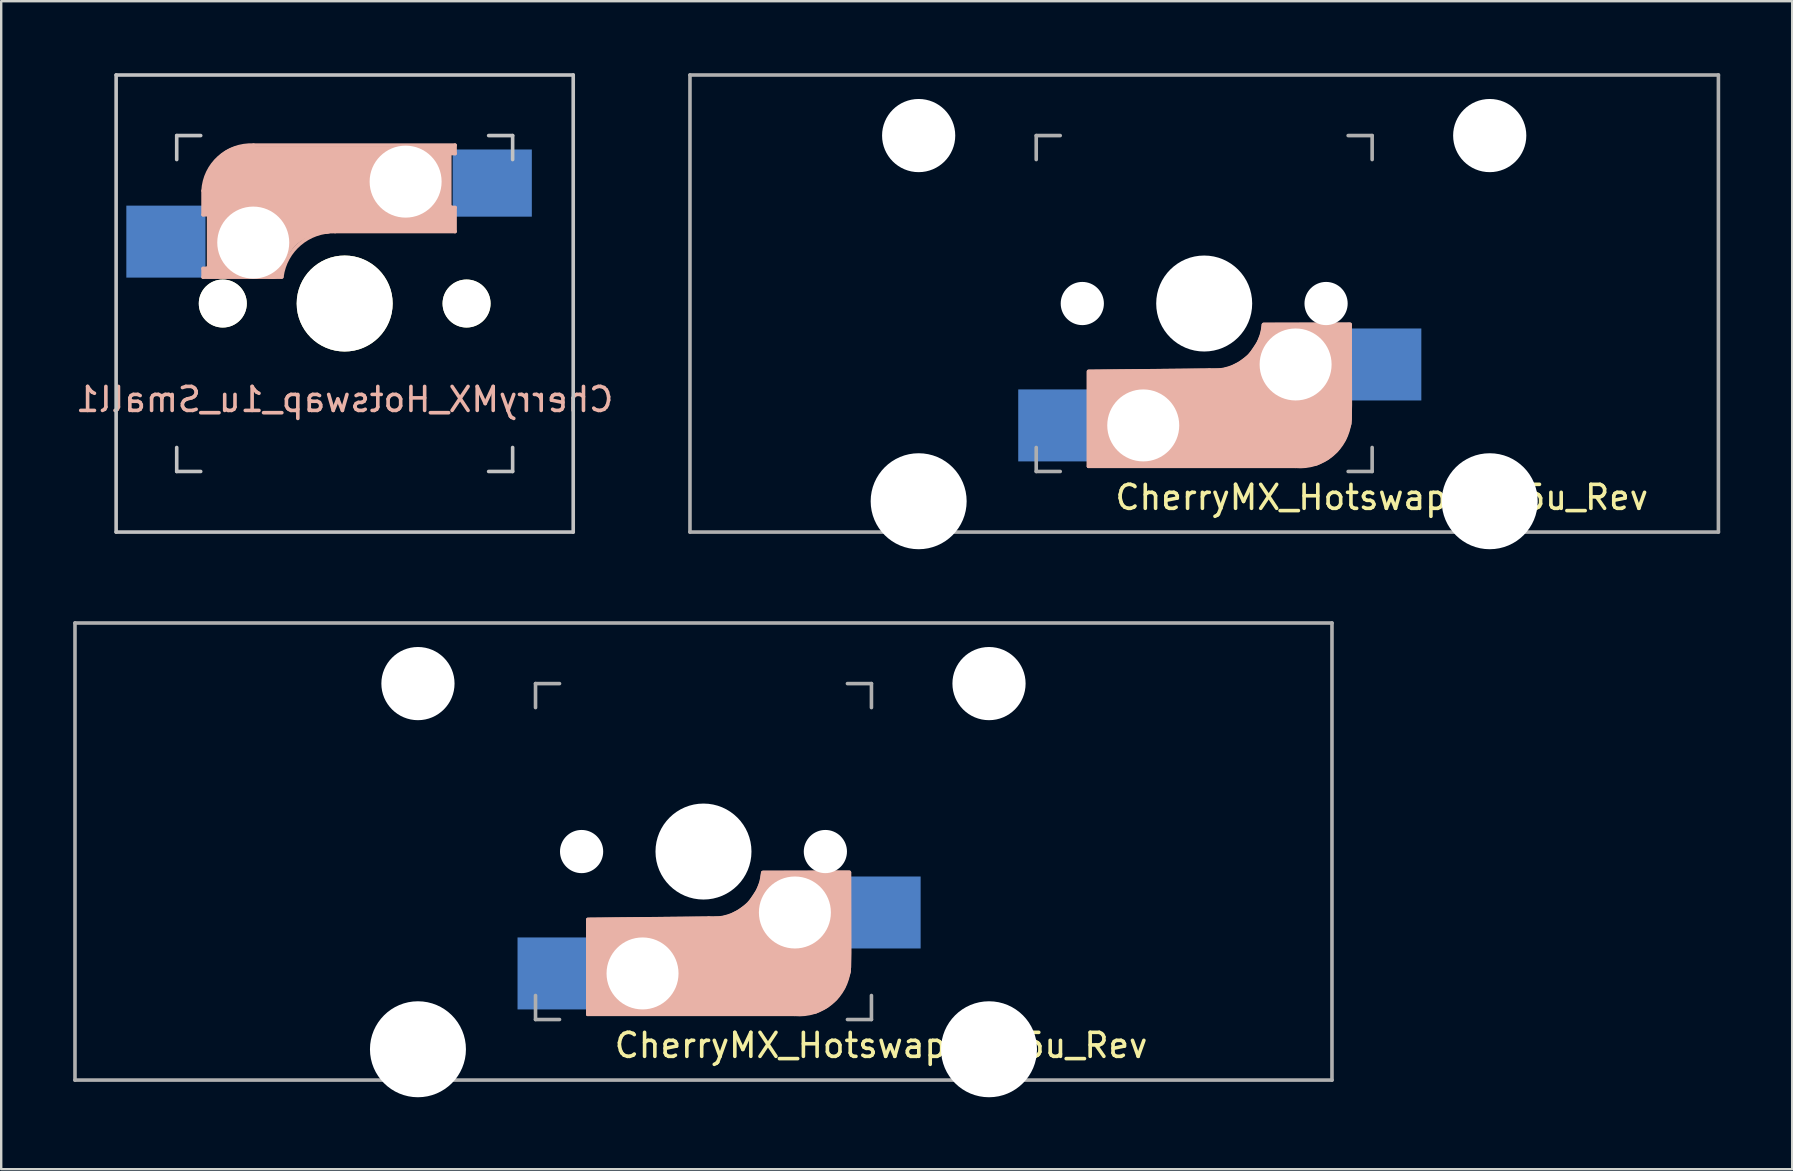
<source format=kicad_pcb>
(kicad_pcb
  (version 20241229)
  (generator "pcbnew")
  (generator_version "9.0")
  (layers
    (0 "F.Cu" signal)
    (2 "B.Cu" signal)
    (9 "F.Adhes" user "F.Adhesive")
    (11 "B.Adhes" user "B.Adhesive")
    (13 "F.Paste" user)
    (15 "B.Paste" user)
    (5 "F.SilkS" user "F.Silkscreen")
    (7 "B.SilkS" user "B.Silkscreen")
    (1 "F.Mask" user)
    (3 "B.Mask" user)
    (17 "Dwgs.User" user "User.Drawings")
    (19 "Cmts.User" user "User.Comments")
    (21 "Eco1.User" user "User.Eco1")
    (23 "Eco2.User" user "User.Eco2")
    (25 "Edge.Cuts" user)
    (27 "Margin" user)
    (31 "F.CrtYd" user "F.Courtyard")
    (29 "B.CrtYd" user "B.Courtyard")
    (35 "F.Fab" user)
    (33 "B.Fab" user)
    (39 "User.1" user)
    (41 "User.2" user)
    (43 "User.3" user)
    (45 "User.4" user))
  (footprint "CherryMX_Hotswap_1u_Small1"
    (layer "F.Cu")
    (at 11.315 9.6)
    (property "Reference" "CherryMX_Hotswap_1u_Small1" (at 0 4 0) (layer "B.SilkS") (effects (font (size 1 1) (thickness 0.15)) (justify mirror)))
    (attr smd)
    (fp_line (start -5.9 -4.7) (end -5.9 -3.7) (stroke (width 0.15) (type solid)) (layer "B.SilkS"))
    (fp_line (start -5.9 -3.7) (end -5.7 -3.7) (stroke (width 0.15) (type solid)) (layer "B.SilkS"))
    (fp_line (start -5.9 -1.1) (end -5.9 -1.46) (stroke (width 0.15) (type solid)) (layer "B.SilkS"))
    (fp_line (start -5.9 -1.1) (end -2.62 -1.1) (stroke (width 0.15) (type solid)) (layer "B.SilkS"))
    (fp_line (start -5.8 -3.8) (end -5.8 -4.7) (stroke (width 0.3) (type solid)) (layer "B.SilkS"))
    (fp_line (start -5.7 -1.46) (end -5.9 -1.46) (stroke (width 0.15) (type solid)) (layer "B.SilkS"))
    (fp_line (start -5.7 -1.3) (end -3 -1.3) (stroke (width 0.5) (type solid)) (layer "B.SilkS"))
    (fp_line (start -5.67 -3.7) (end -5.67 -1.46) (stroke (width 0.15) (type solid)) (layer "B.SilkS"))
    (fp_line (start -5.3 -1.6) (end -5.3 -3.4) (stroke (width 0.8) (type solid)) (layer "B.SilkS"))
    (fp_line (start -4.17 -5.1) (end -4.17 -2.86) (stroke (width 3) (type solid)) (layer "B.SilkS"))
    (fp_line (start -0.4 -3) (end 4.6 -3) (stroke (width 0.15) (type solid)) (layer "B.SilkS"))
    (fp_line (start 2.6 -4.8) (end -4.1 -4.8) (stroke (width 3.5) (type solid)) (layer "B.SilkS"))
    (fp_line (start 3.9 -6) (end 3.9 -3.5) (stroke (width 1) (type solid)) (layer "B.SilkS"))
    (fp_line (start 4.3 -3.3) (end 2.9 -3.3) (stroke (width 0.5) (type solid)) (layer "B.SilkS"))
    (fp_line (start 4.38 -4) (end 4.38 -6.25) (stroke (width 0.15) (type solid)) (layer "B.SilkS"))
    (fp_line (start 4.4 -6.4) (end 3 -6.4) (stroke (width 0.4) (type solid)) (layer "B.SilkS"))
    (fp_line (start 4.4 -6.25) (end 4.6 -6.25) (stroke (width 0.15) (type solid)) (layer "B.SilkS"))
    (fp_line (start 4.4 -3.9) (end 4.4 -3.2) (stroke (width 0.4) (type solid)) (layer "B.SilkS"))
    (fp_line (start 4.6 -6.6) (end -3.8 -6.6) (stroke (width 0.15) (type solid)) (layer "B.SilkS"))
    (fp_line (start 4.6 -6.25) (end 4.6 -6.6) (stroke (width 0.15) (type solid)) (layer "B.SilkS"))
    (fp_line (start 4.6 -4) (end 4.4 -4) (stroke (width 0.15) (type solid)) (layer "B.SilkS"))
    (fp_line (start 4.6 -3) (end 4.6 -4) (stroke (width 0.15) (type solid)) (layer "B.SilkS"))
    (fp_arc (start -5.9 -4.699999) (mid -5.243504 -6.084924) (end -3.800001 -6.6) (stroke (width 0.15) (type solid)) (layer "B.SilkS"))
    (fp_arc (start -3.016318 -1.521471) (mid -2.268709 -2.886118) (end -0.8 -3.4) (stroke (width 1) (type solid)) (layer "B.SilkS"))
    (fp_arc (start -2.616318 -1.121471) (mid -1.868709 -2.486118) (end -0.4 -3) (stroke (width 0.15) (type solid)) (layer "B.SilkS"))
    (fp_line (start -9.525 -9.525) (end 9.525 -9.525) (stroke (width 0.15) (type solid)) (layer "Dwgs.User"))
    (fp_line (start -9.525 9.525) (end -9.525 -9.525) (stroke (width 0.15) (type solid)) (layer "Dwgs.User"))
    (fp_line (start -7 -7) (end -6 -7) (stroke (width 0.15) (type solid)) (layer "Dwgs.User"))
    (fp_line (start -7 -6) (end -7 -7) (stroke (width 0.15) (type solid)) (layer "Dwgs.User"))
    (fp_line (start -7 6) (end -7 7) (stroke (width 0.15) (type solid)) (layer "Dwgs.User"))
    (fp_line (start -7 7) (end -6 7) (stroke (width 0.15) (type solid)) (layer "Dwgs.User"))
    (fp_line (start 6 7) (end 7 7) (stroke (width 0.15) (type solid)) (layer "Dwgs.User"))
    (fp_line (start 7 -7) (end 6 -7) (stroke (width 0.15) (type solid)) (layer "Dwgs.User"))
    (fp_line (start 7 -7) (end 7 -6) (stroke (width 0.15) (type solid)) (layer "Dwgs.User"))
    (fp_line (start 7 7) (end 7 6) (stroke (width 0.15) (type solid)) (layer "Dwgs.User"))
    (fp_line (start 9.525 -9.525) (end 9.525 9.525) (stroke (width 0.15) (type solid)) (layer "Dwgs.User"))
    (fp_line (start 9.525 9.525) (end -9.525 9.525) (stroke (width 0.15) (type solid)) (layer "Dwgs.User"))
    (pad "" np_thru_hole circle (at -5.08 0) (size 2 2) (drill 2) (layers "*.Cu" "*.Mask" "F.SilkS"))
    (pad "" np_thru_hole circle (at -3.81 -2.54 180) (size 3 3) (drill 3) (layers "*.Cu" "*.Mask"))
    (pad "" np_thru_hole circle (at 0 0 90) (size 4 4) (drill 4) (layers "*.Cu" "*.Mask" "F.SilkS"))
    (pad "" np_thru_hole circle (at 2.54 -5.08 180) (size 3 3) (drill 3) (layers "*.Cu" "*.Mask"))
    (pad "" np_thru_hole circle (at 5.08 0) (size 2 2) (drill 2) (layers "*.Cu" "*.Mask" "F.SilkS"))
    (pad "1" smd rect (at -7 -2.58 180) (size 3.3 3) (drill (offset 0.45 0)) (layers "B.Cu" "B.Mask" "B.Paste"))
    (pad "2" smd rect (at 5.7 -5.12 180) (size 3.3 2.8) (drill (offset -0.45 -0.1)) (layers "B.Cu" "B.Mask" "B.Paste")))
  (footprint "CherryMX_Hotswap_2.75u_Rev"
    (layer "F.Cu")
    (at 26.269 32.44)
    (property "Reference" "CherryMX_Hotswap_2.75u_Rev" (at 7.402 8.08 0) (layer "F.SilkS") (effects (font (size 1 1) (thickness 0.15))))
    (attr smd)
    (fp_line (start -4.82 2.83) (end 0.23 2.784) (stroke (width 0.15) (type solid)) (layer "B.SilkS"))
    (fp_line (start -4.82 2.876) (end -4.82 6.784) (stroke (width 0.15) (type solid)) (layer "B.SilkS"))
    (fp_line (start -4.82 6.784) (end 3.805 6.784) (stroke (width 0.15) (type solid)) (layer "B.SilkS"))
    (fp_line (start 6.08 0.876) (end 2.47 0.876) (stroke (width 0.15) (type solid)) (layer "B.SilkS"))
    (fp_line (start 6.08 4.83) (end 6.08 0.885) (stroke (width 0.15) (type solid)) (layer "B.SilkS"))
    (fp_arc (start 2.465 0.9) (mid 1.724361 2.308061) (end 0.205 2.78) (stroke (width 0.15) (type solid)) (layer "B.SilkS"))
    (fp_arc (start 6.069 4.9) (mid 5.327189 6.31089) (end 3.805 6.784) (stroke (width 0.15) (type solid)) (layer "B.SilkS"))
    (fp_poly (pts (xy 6.08 0.86) (xy 2.48 0.87) (xy 2.42 1.27) (xy 2.27 1.62) (xy 1.89 2.19) (xy 1.48 2.49) (xy 1.12 2.68) (xy 0.78 2.77) (xy -4.82 2.83) (xy -4.82 6.78) (xy 4 6.78) (xy 4.68 6.68) (xy 5.13 6.45) (xy 5.52 6.12) (xy 5.84 5.65) (xy 6.07 5.01) (xy 6.09 4.22)) (stroke (width 0.15) (type solid)) (fill yes) (layer "B.SilkS"))
    (fp_line (start -26.194 -9.525) (end -26.194 9.525) (stroke (width 0.15) (type solid)) (layer "F.Fab"))
    (fp_line (start -26.194 9.525) (end 26.194 9.525) (stroke (width 0.15) (type solid)) (layer "F.Fab"))
    (fp_line (start -7 -7) (end -6 -7) (stroke (width 0.15) (type solid)) (layer "F.Fab"))
    (fp_line (start -7 -6) (end -7 -7) (stroke (width 0.15) (type solid)) (layer "F.Fab"))
    (fp_line (start -7 7) (end -7 6) (stroke (width 0.15) (type solid)) (layer "F.Fab"))
    (fp_line (start -6 7) (end -7 7) (stroke (width 0.15) (type solid)) (layer "F.Fab"))
    (fp_line (start 6 -7) (end 7 -7) (stroke (width 0.15) (type solid)) (layer "F.Fab"))
    (fp_line (start 7 -7) (end 7 -6) (stroke (width 0.15) (type solid)) (layer "F.Fab"))
    (fp_line (start 7 6) (end 7 7) (stroke (width 0.15) (type solid)) (layer "F.Fab"))
    (fp_line (start 7 7) (end 6 7) (stroke (width 0.15) (type solid)) (layer "F.Fab"))
    (fp_line (start 26.194 -9.525) (end -26.194 -9.525) (stroke (width 0.15) (type solid)) (layer "F.Fab"))
    (fp_line (start 26.194 9.525) (end 26.194 -9.525) (stroke (width 0.15) (type solid)) (layer "F.Fab"))
    (pad "" np_thru_hole circle (at -11.9 -7 180) (size 3.05 3.05) (drill 3.05) (layers "*.Cu" "*.Mask"))
    (pad "" np_thru_hole circle (at -11.9 8.24 180) (size 4 4) (drill 4) (layers "*.Cu" "*.Mask"))
    (pad "" np_thru_hole circle (at -5.08 0 180) (size 1.8 1.8) (drill 1.8) (layers "*.Cu" "*.Mask"))
    (pad "" np_thru_hole circle (at -2.54 5.08) (size 3 3) (drill 3) (layers "*.Cu" "*.Mask"))
    (pad "" np_thru_hole circle (at 0 0 270) (size 4 4) (drill 4) (layers "*.Cu" "*.Mask"))
    (pad "" np_thru_hole circle (at 3.81 2.54) (size 3 3) (drill 3) (layers "*.Cu" "*.Mask"))
    (pad "" np_thru_hole circle (at 5.08 0 180) (size 1.8 1.8) (drill 1.8) (layers "*.Cu" "*.Mask"))
    (pad "" np_thru_hole circle (at 11.9 -7 180) (size 3.05 3.05) (drill 3.05) (layers "*.Cu" "*.Mask"))
    (pad "" np_thru_hole circle (at 11.9 8.24 180) (size 4 4) (drill 4) (layers "*.Cu" "*.Mask"))
    (pad "1" smd rect (at 6.9 2.54) (size 3.3 3) (drill (offset 0.5 0)) (layers "B.Cu" "B.Mask" "B.Paste"))
    (pad "2" smd rect (at -5.6 5.08) (size 3.3 3) (drill (offset -0.5 0)) (layers "B.Cu" "B.Mask" "B.Paste")))
  (footprint "CherryMX_Hotswap_2.25u_Rev"
    (layer "F.Cu")
    (at 47.137 9.6)
    (property "Reference" "CherryMX_Hotswap_2.25u_Rev" (at 7.402 8.08 0) (layer "F.SilkS") (effects (font (size 1 1) (thickness 0.15))))
    (attr smd)
    (fp_line (start -4.82 2.83) (end 0.23 2.784) (stroke (width 0.15) (type solid)) (layer "B.SilkS"))
    (fp_line (start -4.82 2.876) (end -4.82 6.784) (stroke (width 0.15) (type solid)) (layer "B.SilkS"))
    (fp_line (start -4.82 6.784) (end 3.805 6.784) (stroke (width 0.15) (type solid)) (layer "B.SilkS"))
    (fp_line (start 6.08 0.876) (end 2.47 0.876) (stroke (width 0.15) (type solid)) (layer "B.SilkS"))
    (fp_line (start 6.08 4.83) (end 6.08 0.885) (stroke (width 0.15) (type solid)) (layer "B.SilkS"))
    (fp_arc (start 2.465 0.9) (mid 1.724361 2.308061) (end 0.205 2.78) (stroke (width 0.15) (type solid)) (layer "B.SilkS"))
    (fp_arc (start 6.069 4.9) (mid 5.327189 6.31089) (end 3.805 6.784) (stroke (width 0.15) (type solid)) (layer "B.SilkS"))
    (fp_poly (pts (xy 6.08 0.86) (xy 2.48 0.87) (xy 2.42 1.27) (xy 2.27 1.62) (xy 1.89 2.19) (xy 1.48 2.49) (xy 1.12 2.68) (xy 0.78 2.77) (xy -4.82 2.83) (xy -4.82 6.78) (xy 4 6.78) (xy 4.68 6.68) (xy 5.13 6.45) (xy 5.52 6.12) (xy 5.84 5.65) (xy 6.07 5.01) (xy 6.09 4.22)) (stroke (width 0.15) (type solid)) (fill yes) (layer "B.SilkS"))
    (fp_line (start -21.431 -9.525) (end -21.431 9.525) (stroke (width 0.15) (type solid)) (layer "F.Fab"))
    (fp_line (start -21.431 9.525) (end 21.431 9.525) (stroke (width 0.15) (type solid)) (layer "F.Fab"))
    (fp_line (start -7 -7) (end -6 -7) (stroke (width 0.15) (type solid)) (layer "F.Fab"))
    (fp_line (start -7 -6) (end -7 -7) (stroke (width 0.15) (type solid)) (layer "F.Fab"))
    (fp_line (start -7 7) (end -7 6) (stroke (width 0.15) (type solid)) (layer "F.Fab"))
    (fp_line (start -6 7) (end -7 7) (stroke (width 0.15) (type solid)) (layer "F.Fab"))
    (fp_line (start 6 -7) (end 7 -7) (stroke (width 0.15) (type solid)) (layer "F.Fab"))
    (fp_line (start 7 -7) (end 7 -6) (stroke (width 0.15) (type solid)) (layer "F.Fab"))
    (fp_line (start 7 6) (end 7 7) (stroke (width 0.15) (type solid)) (layer "F.Fab"))
    (fp_line (start 7 7) (end 6 7) (stroke (width 0.15) (type solid)) (layer "F.Fab"))
    (fp_line (start 21.431 -9.525) (end -21.431 -9.525) (stroke (width 0.15) (type solid)) (layer "F.Fab"))
    (fp_line (start 21.431 9.525) (end 21.431 -9.525) (stroke (width 0.15) (type solid)) (layer "F.Fab"))
    (pad "" np_thru_hole circle (at -11.9 -7 180) (size 3.05 3.05) (drill 3.05) (layers "*.Cu" "*.Mask"))
    (pad "" np_thru_hole circle (at -11.9 8.24 180) (size 4 4) (drill 4) (layers "*.Cu" "*.Mask"))
    (pad "" np_thru_hole circle (at -5.08 0 180) (size 1.8 1.8) (drill 1.8) (layers "*.Cu" "*.Mask"))
    (pad "" np_thru_hole circle (at -2.54 5.08) (size 3 3) (drill 3) (layers "*.Cu" "*.Mask"))
    (pad "" np_thru_hole circle (at 0 0 270) (size 4 4) (drill 4) (layers "*.Cu" "*.Mask"))
    (pad "" np_thru_hole circle (at 3.81 2.54) (size 3 3) (drill 3) (layers "*.Cu" "*.Mask"))
    (pad "" np_thru_hole circle (at 5.08 0 180) (size 1.8 1.8) (drill 1.8) (layers "*.Cu" "*.Mask"))
    (pad "" np_thru_hole circle (at 11.9 -7 180) (size 3.05 3.05) (drill 3.05) (layers "*.Cu" "*.Mask"))
    (pad "" np_thru_hole circle (at 11.9 8.24 180) (size 4 4) (drill 4) (layers "*.Cu" "*.Mask"))
    (pad "1" smd rect (at 6.9 2.54) (size 3.3 3) (drill (offset 0.5 0)) (layers "B.Cu" "B.Mask" "B.Paste"))
    (pad "2" smd rect (at -5.6 5.08) (size 3.3 3) (drill (offset -0.5 0)) (layers "B.Cu" "B.Mask" "B.Paste")))
  (gr_rect
    (start -3 -3)
    (end 71.643 45.68)
    (stroke (width 0.1) (type default))
    (fill no)
    (layer "Edge.Cuts")))
</source>
